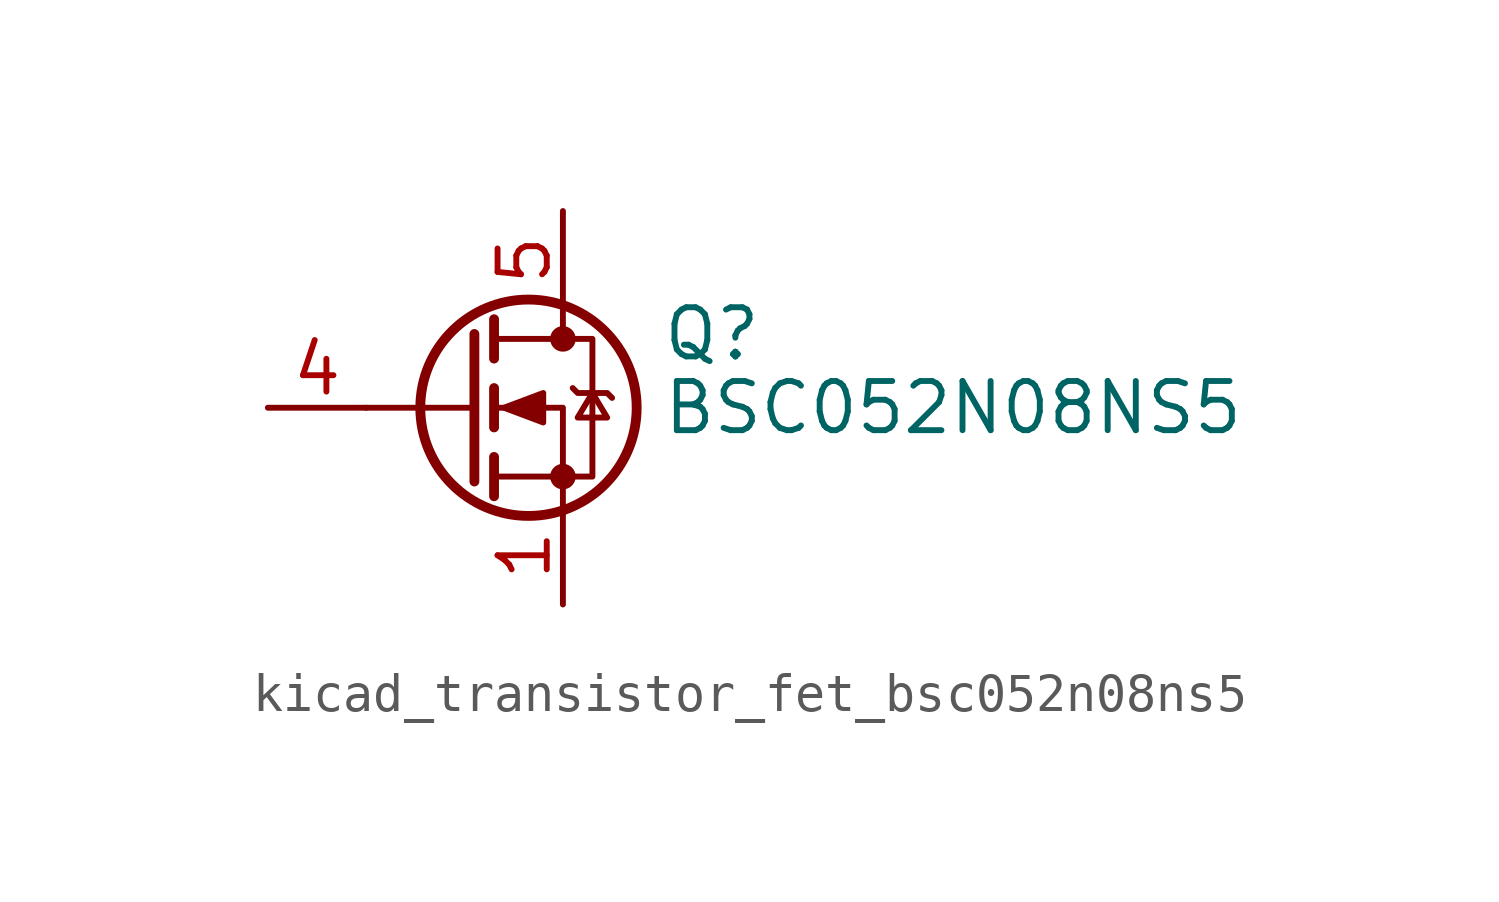
<source format=kicad_sym>
(kicad_symbol_lib
  (version 20220914)
  (generator kicad_symbol_editor)
  (symbol "kicad_transistor_fet_bsc052n08ns5"
    (pin_names hide)
    (property "Reference" "Q"
      (at 5.08 1.905 0)
      (effects (font (size 1.27 1.27)) (justify left)))
    (property "Value" "BSC052N08NS5"
      (at 5.08 0 0)
      (effects (font (size 1.27 1.27)) (justify left)))
    (symbol "kicad_transistor_fet_bsc052n08ns5_0_1"
      (polyline (pts (xy 0.254 0) (xy -2.54 0)) (stroke (width 0) (type default)) (fill (type none)))
      (polyline (pts (xy 0.254 1.905) (xy 0.254 -1.905)) (stroke (width 0.254) (type default)) (fill (type none)))
      (polyline (pts (xy 0.762 -1.27) (xy 0.762 -2.286)) (stroke (width 0.254) (type default)) (fill (type none)))
      (polyline (pts (xy 0.762 0.508) (xy 0.762 -0.508)) (stroke (width 0.254) (type default)) (fill (type none)))
      (polyline (pts (xy 0.762 2.286) (xy 0.762 1.27)) (stroke (width 0.254) (type default)) (fill (type none)))
      (polyline (pts (xy 2.54 2.54) (xy 2.54 1.778)) (stroke (width 0) (type default)) (fill (type none)))
      (polyline (pts (xy 2.54 -2.54) (xy 2.54 0) (xy 0.762 0)) (stroke (width 0) (type default)) (fill (type none)))
      (polyline (pts (xy 0.762 -1.778) (xy 3.302 -1.778) (xy 3.302 1.778) (xy 0.762 1.778)) (stroke (width 0) (type default)) (fill (type none)))
      (polyline (pts (xy 1.016 0) (xy 2.032 0.381) (xy 2.032 -0.381) (xy 1.016 0)) (stroke (width 0) (type default)) (fill (type outline)))
      (polyline (pts (xy 2.794 0.508) (xy 2.921 0.381) (xy 3.683 0.381) (xy 3.81 0.254)) (stroke (width 0) (type default)) (fill (type none)))
      (polyline (pts (xy 3.302 0.381) (xy 2.921 -0.254) (xy 3.683 -0.254) (xy 3.302 0.381)) (stroke (width 0) (type default)) (fill (type none)))
      (circle (center 1.651 0) (radius 2.794) (stroke (width 0.254) (type default)) (fill (type none)))
      (circle (center 2.54 -1.778) (radius 0.254) (stroke (width 0) (type default)) (fill (type outline)))
      (circle (center 2.54 1.778) (radius 0.254) (stroke (width 0) (type default)) (fill (type outline))))
    (symbol "kicad_transistor_fet_bsc052n08ns5_1_1"
      (pin passive line (at 2.54 -5.08 90) (length 2.54) (name "S" (effects (font (size 1.27 1.27)))) (number "1" (effects (font (size 1.27 1.27)))))
      (pin passive line (at 2.54 -5.08 90) (length 2.54) hide (name "S" (effects (font (size 1.27 1.27)))) (number "2" (effects (font (size 1.27 1.27)))))
      (pin passive line (at 2.54 -5.08 90) (length 2.54) hide (name "S" (effects (font (size 1.27 1.27)))) (number "3" (effects (font (size 1.27 1.27)))))
      (pin passive line (at -5.08 0 0) (length 2.54) (name "G" (effects (font (size 1.27 1.27)))) (number "4" (effects (font (size 1.27 1.27)))))
      (pin passive line (at 2.54 5.08 270) (length 2.54) (name "D" (effects (font (size 1.27 1.27)))) (number "5" (effects (font (size 1.27 1.27))))))))
</source>
